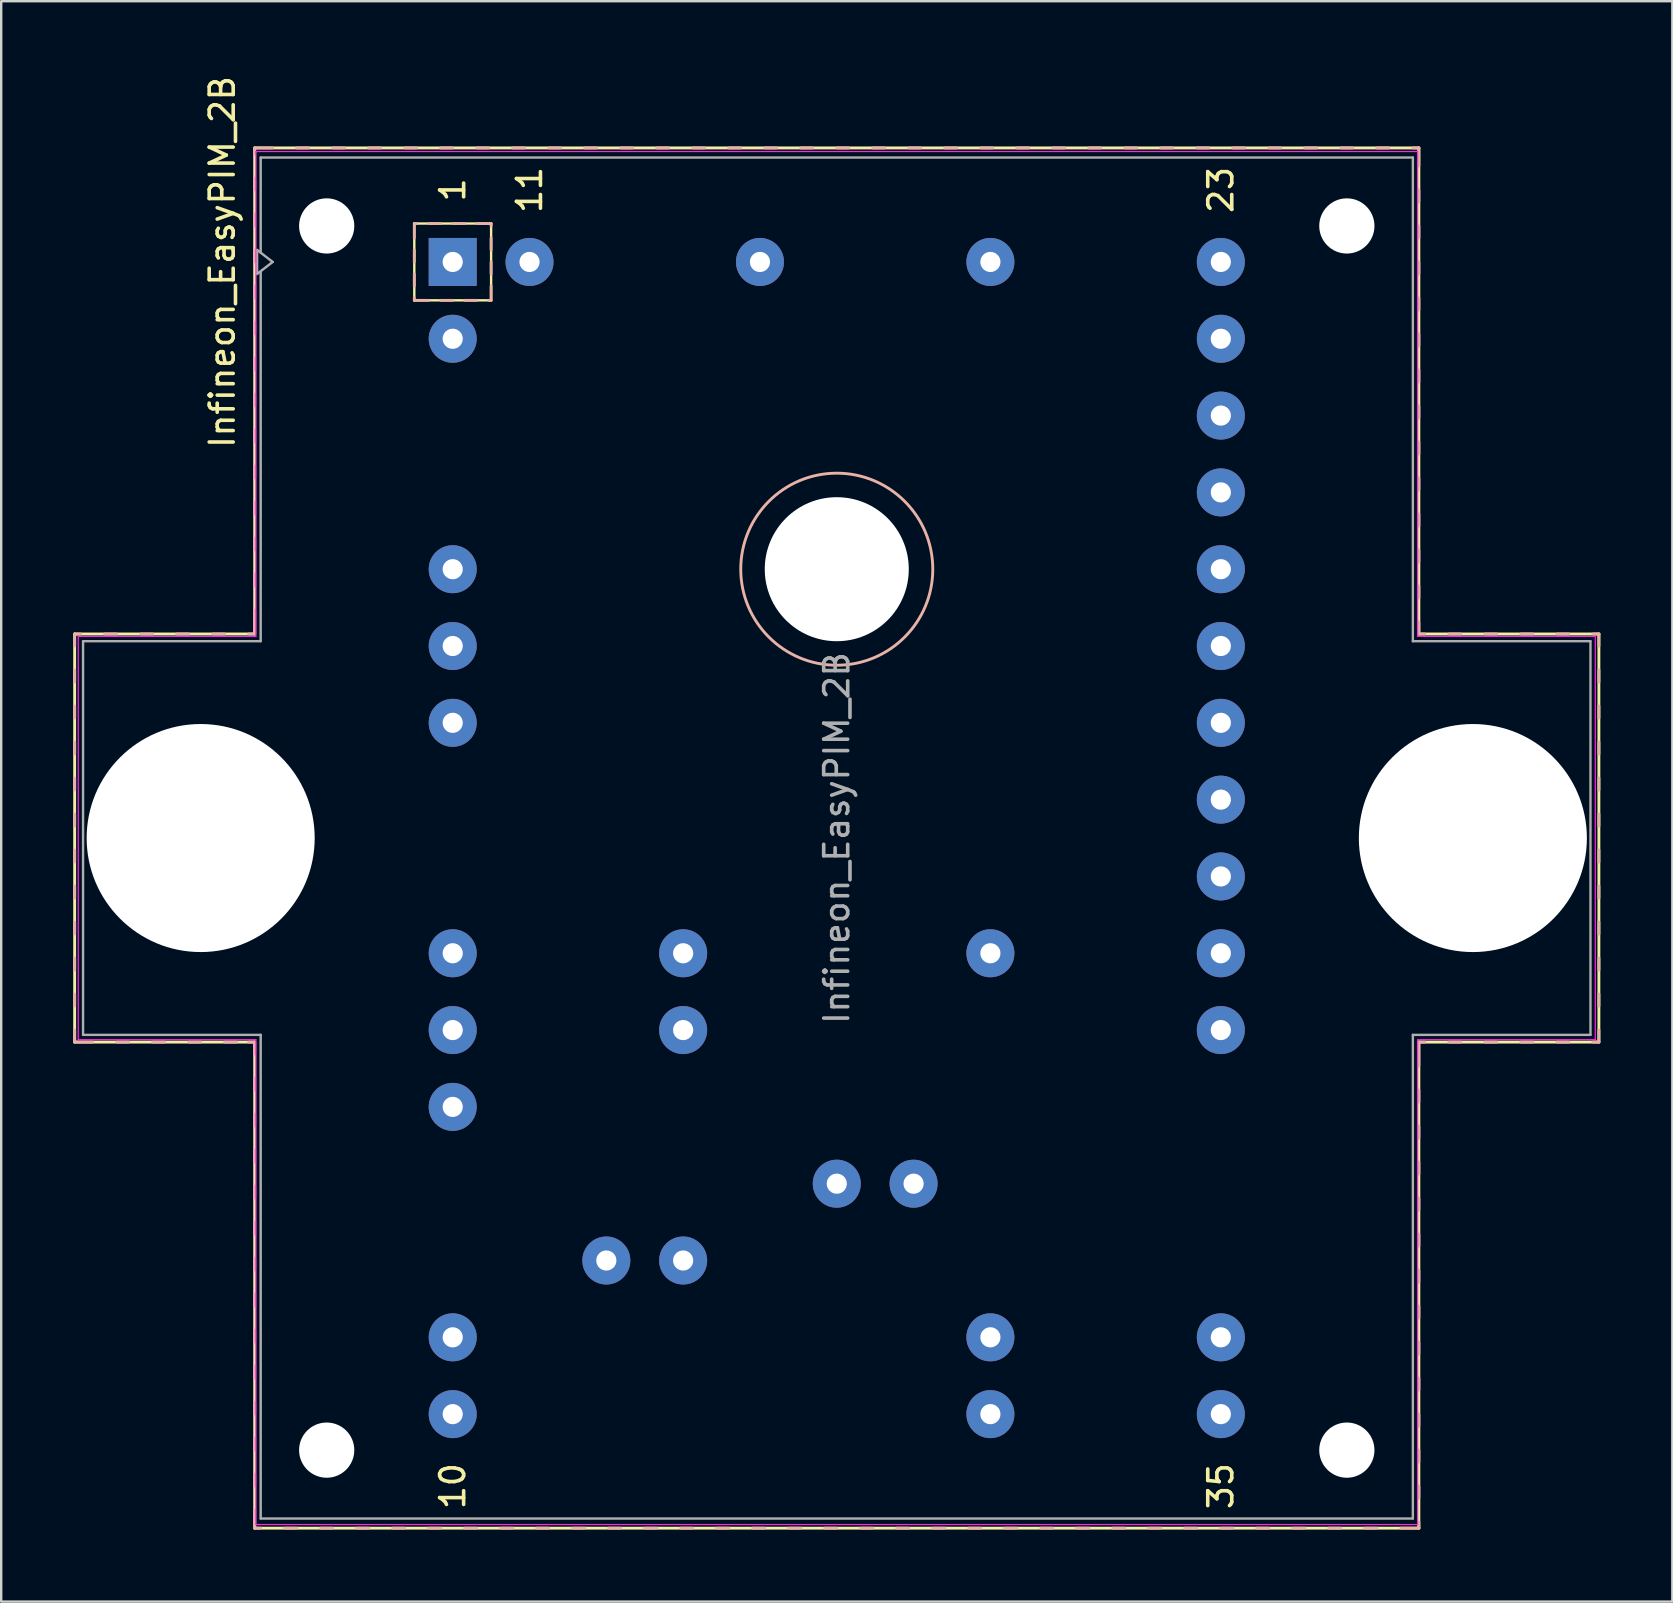
<source format=kicad_pcb>
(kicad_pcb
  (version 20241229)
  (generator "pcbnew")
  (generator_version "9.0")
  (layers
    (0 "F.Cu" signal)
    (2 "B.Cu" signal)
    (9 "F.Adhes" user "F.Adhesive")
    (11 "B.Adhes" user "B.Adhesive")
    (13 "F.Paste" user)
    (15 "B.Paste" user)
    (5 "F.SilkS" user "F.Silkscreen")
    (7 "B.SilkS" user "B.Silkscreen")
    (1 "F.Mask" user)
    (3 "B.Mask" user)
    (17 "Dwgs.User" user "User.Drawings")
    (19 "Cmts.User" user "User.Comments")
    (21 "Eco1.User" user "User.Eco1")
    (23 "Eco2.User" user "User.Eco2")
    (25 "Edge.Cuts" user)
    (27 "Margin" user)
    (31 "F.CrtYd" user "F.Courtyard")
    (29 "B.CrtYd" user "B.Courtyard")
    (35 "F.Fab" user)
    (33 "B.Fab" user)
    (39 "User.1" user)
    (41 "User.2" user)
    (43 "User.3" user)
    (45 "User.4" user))
  (footprint "Infineon_EasyPIM_2B"
    (layer "F.Cu")
    (at 15.81 7.863)
    (property "Reference" "Infineon_EasyPIM_2B" (at -9.6 0 90) (layer "F.SilkS") (effects (font (size 1 1) (thickness 0.15))))
    (attr through_hole)
    (fp_line (start -15.75 15.5) (end -15.75 32.5) (stroke (width 0.12) (type solid)) (layer "F.SilkS"))
    (fp_line (start -15.75 32.5) (end -8.25 32.5) (stroke (width 0.12) (type solid)) (layer "F.SilkS"))
    (fp_line (start -8.25 -4.75) (end -8.25 15.5) (stroke (width 0.12) (type solid)) (layer "F.SilkS"))
    (fp_line (start -8.25 15.5) (end -15.75 15.5) (stroke (width 0.12) (type solid)) (layer "F.SilkS"))
    (fp_line (start -8.25 32.5) (end -8.25 52.75) (stroke (width 0.12) (type solid)) (layer "F.SilkS"))
    (fp_line (start -8.25 52.75) (end 40.25 52.75) (stroke (width 0.12) (type solid)) (layer "F.SilkS"))
    (fp_line (start -1.6 -1.6) (end 1.6 -1.6) (stroke (width 0.1) (type solid)) (layer "F.SilkS"))
    (fp_line (start -1.6 1.6) (end -1.6 -1.6) (stroke (width 0.1) (type solid)) (layer "F.SilkS"))
    (fp_line (start 1.6 -1.6) (end 1.6 1.6) (stroke (width 0.1) (type solid)) (layer "F.SilkS"))
    (fp_line (start 1.6 1.6) (end -1.6 1.6) (stroke (width 0.1) (type solid)) (layer "F.SilkS"))
    (fp_line (start 40.25 -4.75) (end -8.25 -4.75) (stroke (width 0.12) (type solid)) (layer "F.SilkS"))
    (fp_line (start 40.25 15.5) (end 40.25 -4.75) (stroke (width 0.12) (type solid)) (layer "F.SilkS"))
    (fp_line (start 40.25 32.5) (end 47.75 32.5) (stroke (width 0.12) (type solid)) (layer "F.SilkS"))
    (fp_line (start 40.25 52.75) (end 40.25 32.5) (stroke (width 0.12) (type solid)) (layer "F.SilkS"))
    (fp_line (start 47.75 15.5) (end 40.25 15.5) (stroke (width 0.12) (type solid)) (layer "F.SilkS"))
    (fp_line (start 47.75 32.5) (end 47.75 15.5) (stroke (width 0.12) (type solid)) (layer "F.SilkS"))
    (fp_line (start -15.75 15.5) (end -15.75 16) (stroke (width 0.12) (type solid)) (layer "B.SilkS"))
    (fp_line (start -15.75 17) (end -15.75 17.5) (stroke (width 0.12) (type solid)) (layer "B.SilkS"))
    (fp_line (start -15.75 18.5) (end -15.75 19) (stroke (width 0.12) (type solid)) (layer "B.SilkS"))
    (fp_line (start -15.75 20) (end -15.75 20.5) (stroke (width 0.12) (type solid)) (layer "B.SilkS"))
    (fp_line (start -15.75 21.5) (end -15.75 22) (stroke (width 0.12) (type solid)) (layer "B.SilkS"))
    (fp_line (start -15.75 23) (end -15.75 23.5) (stroke (width 0.12) (type solid)) (layer "B.SilkS"))
    (fp_line (start -15.75 24.5) (end -15.75 25) (stroke (width 0.12) (type solid)) (layer "B.SilkS"))
    (fp_line (start -15.75 26) (end -15.75 26.5) (stroke (width 0.12) (type solid)) (layer "B.SilkS"))
    (fp_line (start -15.75 27.5) (end -15.75 28) (stroke (width 0.12) (type solid)) (layer "B.SilkS"))
    (fp_line (start -15.75 29) (end -15.75 29.5) (stroke (width 0.12) (type solid)) (layer "B.SilkS"))
    (fp_line (start -15.75 30.5) (end -15.75 31) (stroke (width 0.12) (type solid)) (layer "B.SilkS"))
    (fp_line (start -15.75 32) (end -15.75 32.5) (stroke (width 0.12) (type solid)) (layer "B.SilkS"))
    (fp_line (start -15.75 32.5) (end -15 32.5) (stroke (width 0.12) (type solid)) (layer "B.SilkS"))
    (fp_line (start -15.5 15.5) (end -15.75 15.5) (stroke (width 0.12) (type solid)) (layer "B.SilkS"))
    (fp_line (start -14 15.5) (end -14.5 15.5) (stroke (width 0.12) (type solid)) (layer "B.SilkS"))
    (fp_line (start -14 32.5) (end -13.5 32.5) (stroke (width 0.12) (type solid)) (layer "B.SilkS"))
    (fp_line (start -12.5 15.5) (end -13 15.5) (stroke (width 0.12) (type solid)) (layer "B.SilkS"))
    (fp_line (start -12.5 32.5) (end -12 32.5) (stroke (width 0.12) (type solid)) (layer "B.SilkS"))
    (fp_line (start -11 15.5) (end -11.5 15.5) (stroke (width 0.12) (type solid)) (layer "B.SilkS"))
    (fp_line (start -11 32.5) (end -10.5 32.5) (stroke (width 0.12) (type solid)) (layer "B.SilkS"))
    (fp_line (start -9.5 15.5) (end -10 15.5) (stroke (width 0.12) (type solid)) (layer "B.SilkS"))
    (fp_line (start -9.5 32.5) (end -9 32.5) (stroke (width 0.12) (type solid)) (layer "B.SilkS"))
    (fp_line (start -8.5 32.5) (end -8.25 32.5) (stroke (width 0.12) (type solid)) (layer "B.SilkS"))
    (fp_line (start -8.25 -4.75) (end -8.25 -4.5) (stroke (width 0.12) (type solid)) (layer "B.SilkS"))
    (fp_line (start -8.25 -3.5) (end -8.25 -3) (stroke (width 0.12) (type solid)) (layer "B.SilkS"))
    (fp_line (start -8.25 -2) (end -8.25 -1.5) (stroke (width 0.12) (type solid)) (layer "B.SilkS"))
    (fp_line (start -8.25 -0.5) (end -8.25 0) (stroke (width 0.12) (type solid)) (layer "B.SilkS"))
    (fp_line (start -8.25 1) (end -8.25 1.5) (stroke (width 0.12) (type solid)) (layer "B.SilkS"))
    (fp_line (start -8.25 2.5) (end -8.25 3) (stroke (width 0.12) (type solid)) (layer "B.SilkS"))
    (fp_line (start -8.25 4) (end -8.25 4.5) (stroke (width 0.12) (type solid)) (layer "B.SilkS"))
    (fp_line (start -8.25 5.5) (end -8.25 6) (stroke (width 0.12) (type solid)) (layer "B.SilkS"))
    (fp_line (start -8.25 7) (end -8.25 7.5) (stroke (width 0.12) (type solid)) (layer "B.SilkS"))
    (fp_line (start -8.25 8.5) (end -8.25 9) (stroke (width 0.12) (type solid)) (layer "B.SilkS"))
    (fp_line (start -8.25 10) (end -8.25 10.5) (stroke (width 0.12) (type solid)) (layer "B.SilkS"))
    (fp_line (start -8.25 11.5) (end -8.25 12) (stroke (width 0.12) (type solid)) (layer "B.SilkS"))
    (fp_line (start -8.25 13) (end -8.25 13.5) (stroke (width 0.12) (type solid)) (layer "B.SilkS"))
    (fp_line (start -8.25 14.5) (end -8.25 15.5) (stroke (width 0.12) (type solid)) (layer "B.SilkS"))
    (fp_line (start -8.25 15.5) (end -8.5 15.5) (stroke (width 0.12) (type solid)) (layer "B.SilkS"))
    (fp_line (start -8.25 32.5) (end -8.25 33) (stroke (width 0.12) (type solid)) (layer "B.SilkS"))
    (fp_line (start -8.25 34) (end -8.25 34.5) (stroke (width 0.12) (type solid)) (layer "B.SilkS"))
    (fp_line (start -8.25 35.5) (end -8.25 36) (stroke (width 0.12) (type solid)) (layer "B.SilkS"))
    (fp_line (start -8.25 37) (end -8.25 37.5) (stroke (width 0.12) (type solid)) (layer "B.SilkS"))
    (fp_line (start -8.25 38.5) (end -8.25 39) (stroke (width 0.12) (type solid)) (layer "B.SilkS"))
    (fp_line (start -8.25 40) (end -8.25 40.5) (stroke (width 0.12) (type solid)) (layer "B.SilkS"))
    (fp_line (start -8.25 41.5) (end -8.25 42) (stroke (width 0.12) (type solid)) (layer "B.SilkS"))
    (fp_line (start -8.25 43) (end -8.25 43.5) (stroke (width 0.12) (type solid)) (layer "B.SilkS"))
    (fp_line (start -8.25 44.5) (end -8.25 45) (stroke (width 0.12) (type solid)) (layer "B.SilkS"))
    (fp_line (start -8.25 46) (end -8.25 46.5) (stroke (width 0.12) (type solid)) (layer "B.SilkS"))
    (fp_line (start -8.25 47.5) (end -8.25 48) (stroke (width 0.12) (type solid)) (layer "B.SilkS"))
    (fp_line (start -8.25 49) (end -8.25 49.5) (stroke (width 0.12) (type solid)) (layer "B.SilkS"))
    (fp_line (start -8.25 50.5) (end -8.25 51) (stroke (width 0.12) (type solid)) (layer "B.SilkS"))
    (fp_line (start -8.25 52) (end -8.25 52.75) (stroke (width 0.12) (type solid)) (layer "B.SilkS"))
    (fp_line (start -8.25 52.75) (end -8 52.75) (stroke (width 0.12) (type solid)) (layer "B.SilkS"))
    (fp_line (start -7.5 -4.75) (end -8.25 -4.75) (stroke (width 0.12) (type solid)) (layer "B.SilkS"))
    (fp_line (start -7 52.75) (end -6.5 52.75) (stroke (width 0.12) (type solid)) (layer "B.SilkS"))
    (fp_line (start -6 -4.75) (end -6.5 -4.75) (stroke (width 0.12) (type solid)) (layer "B.SilkS"))
    (fp_line (start -5.5 52.75) (end -5 52.75) (stroke (width 0.12) (type solid)) (layer "B.SilkS"))
    (fp_line (start -4.5 -4.75) (end -5 -4.75) (stroke (width 0.12) (type solid)) (layer "B.SilkS"))
    (fp_line (start -4 52.75) (end -3.5 52.75) (stroke (width 0.12) (type solid)) (layer "B.SilkS"))
    (fp_line (start -3 -4.75) (end -3.5 -4.75) (stroke (width 0.12) (type solid)) (layer "B.SilkS"))
    (fp_line (start -2.5 52.75) (end -2 52.75) (stroke (width 0.12) (type solid)) (layer "B.SilkS"))
    (fp_line (start -1.6 -1.6) (end -1.6 -1) (stroke (width 0.12) (type solid)) (layer "B.SilkS"))
    (fp_line (start -1.6 -0.5) (end -1.6 0) (stroke (width 0.12) (type solid)) (layer "B.SilkS"))
    (fp_line (start -1.6 0.5) (end -1.6 1) (stroke (width 0.12) (type solid)) (layer "B.SilkS"))
    (fp_line (start -1.6 1.5) (end -1.6 1.6) (stroke (width 0.12) (type solid)) (layer "B.SilkS"))
    (fp_line (start -1.6 1.6) (end -1 1.6) (stroke (width 0.12) (type solid)) (layer "B.SilkS"))
    (fp_line (start -1.5 -4.75) (end -2 -4.75) (stroke (width 0.12) (type solid)) (layer "B.SilkS"))
    (fp_line (start -1.5 -1.6) (end -1.6 -1.6) (stroke (width 0.12) (type solid)) (layer "B.SilkS"))
    (fp_line (start -1 52.75) (end -0.5 52.75) (stroke (width 0.12) (type solid)) (layer "B.SilkS"))
    (fp_line (start -0.5 -1.6) (end -1 -1.6) (stroke (width 0.12) (type solid)) (layer "B.SilkS"))
    (fp_line (start -0.5 1.6) (end 0 1.6) (stroke (width 0.12) (type solid)) (layer "B.SilkS"))
    (fp_line (start 0 -4.75) (end -0.5 -4.75) (stroke (width 0.12) (type solid)) (layer "B.SilkS"))
    (fp_line (start 0.5 -1.6) (end 0 -1.6) (stroke (width 0.12) (type solid)) (layer "B.SilkS"))
    (fp_line (start 0.5 1.6) (end 1 1.6) (stroke (width 0.12) (type solid)) (layer "B.SilkS"))
    (fp_line (start 0.5 52.75) (end 1 52.75) (stroke (width 0.12) (type solid)) (layer "B.SilkS"))
    (fp_line (start 1.5 -4.75) (end 1 -4.75) (stroke (width 0.12) (type solid)) (layer "B.SilkS"))
    (fp_line (start 1.5 1.6) (end 1.6 1.6) (stroke (width 0.12) (type solid)) (layer "B.SilkS"))
    (fp_line (start 1.6 -1.6) (end 1 -1.6) (stroke (width 0.12) (type solid)) (layer "B.SilkS"))
    (fp_line (start 1.6 -1.5) (end 1.6 -1.6) (stroke (width 0.12) (type solid)) (layer "B.SilkS"))
    (fp_line (start 1.6 -0.5) (end 1.6 -1) (stroke (width 0.12) (type solid)) (layer "B.SilkS"))
    (fp_line (start 1.6 0.5) (end 1.6 0) (stroke (width 0.12) (type solid)) (layer "B.SilkS"))
    (fp_line (start 1.6 1.6) (end 1.6 1) (stroke (width 0.12) (type solid)) (layer "B.SilkS"))
    (fp_line (start 2 52.75) (end 2.5 52.75) (stroke (width 0.12) (type solid)) (layer "B.SilkS"))
    (fp_line (start 3 -4.75) (end 2.5 -4.75) (stroke (width 0.12) (type solid)) (layer "B.SilkS"))
    (fp_line (start 3.5 52.75) (end 4 52.75) (stroke (width 0.12) (type solid)) (layer "B.SilkS"))
    (fp_line (start 4.5 -4.75) (end 4 -4.75) (stroke (width 0.12) (type solid)) (layer "B.SilkS"))
    (fp_line (start 5 52.75) (end 5.5 52.75) (stroke (width 0.12) (type solid)) (layer "B.SilkS"))
    (fp_line (start 6 -4.75) (end 5.5 -4.75) (stroke (width 0.12) (type solid)) (layer "B.SilkS"))
    (fp_line (start 6.5 52.75) (end 7 52.75) (stroke (width 0.12) (type solid)) (layer "B.SilkS"))
    (fp_line (start 7.5 -4.75) (end 7 -4.75) (stroke (width 0.12) (type solid)) (layer "B.SilkS"))
    (fp_line (start 8 52.75) (end 8.5 52.75) (stroke (width 0.12) (type solid)) (layer "B.SilkS"))
    (fp_line (start 9 -4.75) (end 8.5 -4.75) (stroke (width 0.12) (type solid)) (layer "B.SilkS"))
    (fp_line (start 9.5 52.75) (end 10 52.75) (stroke (width 0.12) (type solid)) (layer "B.SilkS"))
    (fp_line (start 10.5 -4.75) (end 10 -4.75) (stroke (width 0.12) (type solid)) (layer "B.SilkS"))
    (fp_line (start 11 52.75) (end 11.5 52.75) (stroke (width 0.12) (type solid)) (layer "B.SilkS"))
    (fp_line (start 12 -4.75) (end 11.5 -4.75) (stroke (width 0.12) (type solid)) (layer "B.SilkS"))
    (fp_line (start 12.5 52.75) (end 13 52.75) (stroke (width 0.12) (type solid)) (layer "B.SilkS"))
    (fp_line (start 13.5 -4.75) (end 13 -4.75) (stroke (width 0.12) (type solid)) (layer "B.SilkS"))
    (fp_line (start 14 52.75) (end 14.5 52.75) (stroke (width 0.12) (type solid)) (layer "B.SilkS"))
    (fp_line (start 15 -4.75) (end 14.5 -4.75) (stroke (width 0.12) (type solid)) (layer "B.SilkS"))
    (fp_line (start 15.5 52.75) (end 16 52.75) (stroke (width 0.12) (type solid)) (layer "B.SilkS"))
    (fp_line (start 16.5 -4.75) (end 16 -4.75) (stroke (width 0.12) (type solid)) (layer "B.SilkS"))
    (fp_line (start 17 52.75) (end 17.5 52.75) (stroke (width 0.12) (type solid)) (layer "B.SilkS"))
    (fp_line (start 18 -4.75) (end 17.5 -4.75) (stroke (width 0.12) (type solid)) (layer "B.SilkS"))
    (fp_line (start 18.5 52.75) (end 19 52.75) (stroke (width 0.12) (type solid)) (layer "B.SilkS"))
    (fp_line (start 19.5 -4.75) (end 19 -4.75) (stroke (width 0.12) (type solid)) (layer "B.SilkS"))
    (fp_line (start 20 52.75) (end 20.5 52.75) (stroke (width 0.12) (type solid)) (layer "B.SilkS"))
    (fp_line (start 21 -4.75) (end 20.5 -4.75) (stroke (width 0.12) (type solid)) (layer "B.SilkS"))
    (fp_line (start 21.5 52.75) (end 22 52.75) (stroke (width 0.12) (type solid)) (layer "B.SilkS"))
    (fp_line (start 22.5 -4.75) (end 22 -4.75) (stroke (width 0.12) (type solid)) (layer "B.SilkS"))
    (fp_line (start 23 52.75) (end 23.5 52.75) (stroke (width 0.12) (type solid)) (layer "B.SilkS"))
    (fp_line (start 24 -4.75) (end 23.5 -4.75) (stroke (width 0.12) (type solid)) (layer "B.SilkS"))
    (fp_line (start 24.5 52.75) (end 25 52.75) (stroke (width 0.12) (type solid)) (layer "B.SilkS"))
    (fp_line (start 25.5 -4.75) (end 25 -4.75) (stroke (width 0.12) (type solid)) (layer "B.SilkS"))
    (fp_line (start 26 52.75) (end 26.5 52.75) (stroke (width 0.12) (type solid)) (layer "B.SilkS"))
    (fp_line (start 27 -4.75) (end 26.5 -4.75) (stroke (width 0.12) (type solid)) (layer "B.SilkS"))
    (fp_line (start 27.5 52.75) (end 28 52.75) (stroke (width 0.12) (type solid)) (layer "B.SilkS"))
    (fp_line (start 28.5 -4.75) (end 28 -4.75) (stroke (width 0.12) (type solid)) (layer "B.SilkS"))
    (fp_line (start 29 52.75) (end 29.5 52.75) (stroke (width 0.12) (type solid)) (layer "B.SilkS"))
    (fp_line (start 30 -4.75) (end 29.5 -4.75) (stroke (width 0.12) (type solid)) (layer "B.SilkS"))
    (fp_line (start 30.5 52.75) (end 31 52.75) (stroke (width 0.12) (type solid)) (layer "B.SilkS"))
    (fp_line (start 31.5 -4.75) (end 31 -4.75) (stroke (width 0.12) (type solid)) (layer "B.SilkS"))
    (fp_line (start 32 52.75) (end 32.5 52.75) (stroke (width 0.12) (type solid)) (layer "B.SilkS"))
    (fp_line (start 33 -4.75) (end 32.5 -4.75) (stroke (width 0.12) (type solid)) (layer "B.SilkS"))
    (fp_line (start 33.5 52.75) (end 34 52.75) (stroke (width 0.12) (type solid)) (layer "B.SilkS"))
    (fp_line (start 34.5 -4.75) (end 34 -4.75) (stroke (width 0.12) (type solid)) (layer "B.SilkS"))
    (fp_line (start 35 52.75) (end 35.5 52.75) (stroke (width 0.12) (type solid)) (layer "B.SilkS"))
    (fp_line (start 36 -4.75) (end 35.5 -4.75) (stroke (width 0.12) (type solid)) (layer "B.SilkS"))
    (fp_line (start 36.5 52.75) (end 37 52.75) (stroke (width 0.12) (type solid)) (layer "B.SilkS"))
    (fp_line (start 37.5 -4.75) (end 37 -4.75) (stroke (width 0.12) (type solid)) (layer "B.SilkS"))
    (fp_line (start 38 52.75) (end 38.5 52.75) (stroke (width 0.12) (type solid)) (layer "B.SilkS"))
    (fp_line (start 39 -4.75) (end 38.5 -4.75) (stroke (width 0.12) (type solid)) (layer "B.SilkS"))
    (fp_line (start 39.5 52.75) (end 40.25 52.75) (stroke (width 0.12) (type solid)) (layer "B.SilkS"))
    (fp_line (start 40.25 -4.75) (end 40 -4.75) (stroke (width 0.12) (type solid)) (layer "B.SilkS"))
    (fp_line (start 40.25 -4) (end 40.25 -4.75) (stroke (width 0.12) (type solid)) (layer "B.SilkS"))
    (fp_line (start 40.25 -2.5) (end 40.25 -3) (stroke (width 0.12) (type solid)) (layer "B.SilkS"))
    (fp_line (start 40.25 -1) (end 40.25 -1.5) (stroke (width 0.12) (type solid)) (layer "B.SilkS"))
    (fp_line (start 40.25 0.5) (end 40.25 0) (stroke (width 0.12) (type solid)) (layer "B.SilkS"))
    (fp_line (start 40.25 2) (end 40.25 1.5) (stroke (width 0.12) (type solid)) (layer "B.SilkS"))
    (fp_line (start 40.25 3.5) (end 40.25 3) (stroke (width 0.12) (type solid)) (layer "B.SilkS"))
    (fp_line (start 40.25 5) (end 40.25 4.5) (stroke (width 0.12) (type solid)) (layer "B.SilkS"))
    (fp_line (start 40.25 6.5) (end 40.25 6) (stroke (width 0.12) (type solid)) (layer "B.SilkS"))
    (fp_line (start 40.25 8) (end 40.25 7.5) (stroke (width 0.12) (type solid)) (layer "B.SilkS"))
    (fp_line (start 40.25 9.5) (end 40.25 9) (stroke (width 0.12) (type solid)) (layer "B.SilkS"))
    (fp_line (start 40.25 11) (end 40.25 10.5) (stroke (width 0.12) (type solid)) (layer "B.SilkS"))
    (fp_line (start 40.25 12.5) (end 40.25 12) (stroke (width 0.12) (type solid)) (layer "B.SilkS"))
    (fp_line (start 40.25 14) (end 40.25 13.5) (stroke (width 0.12) (type solid)) (layer "B.SilkS"))
    (fp_line (start 40.25 15.5) (end 40.25 15) (stroke (width 0.12) (type solid)) (layer "B.SilkS"))
    (fp_line (start 40.25 32.5) (end 40.5 32.5) (stroke (width 0.12) (type solid)) (layer "B.SilkS"))
    (fp_line (start 40.25 33.5) (end 40.25 32.5) (stroke (width 0.12) (type solid)) (layer "B.SilkS"))
    (fp_line (start 40.25 35) (end 40.25 34.5) (stroke (width 0.12) (type solid)) (layer "B.SilkS"))
    (fp_line (start 40.25 36.5) (end 40.25 36) (stroke (width 0.12) (type solid)) (layer "B.SilkS"))
    (fp_line (start 40.25 38) (end 40.25 37.5) (stroke (width 0.12) (type solid)) (layer "B.SilkS"))
    (fp_line (start 40.25 39.5) (end 40.25 39) (stroke (width 0.12) (type solid)) (layer "B.SilkS"))
    (fp_line (start 40.25 41) (end 40.25 40.5) (stroke (width 0.12) (type solid)) (layer "B.SilkS"))
    (fp_line (start 40.25 42.5) (end 40.25 42) (stroke (width 0.12) (type solid)) (layer "B.SilkS"))
    (fp_line (start 40.25 44) (end 40.25 43.5) (stroke (width 0.12) (type solid)) (layer "B.SilkS"))
    (fp_line (start 40.25 45.5) (end 40.25 45) (stroke (width 0.12) (type solid)) (layer "B.SilkS"))
    (fp_line (start 40.25 47) (end 40.25 46.5) (stroke (width 0.12) (type solid)) (layer "B.SilkS"))
    (fp_line (start 40.25 48.5) (end 40.25 48) (stroke (width 0.12) (type solid)) (layer "B.SilkS"))
    (fp_line (start 40.25 50) (end 40.25 49.5) (stroke (width 0.12) (type solid)) (layer "B.SilkS"))
    (fp_line (start 40.25 51.5) (end 40.25 51) (stroke (width 0.12) (type solid)) (layer "B.SilkS"))
    (fp_line (start 40.25 52.75) (end 40.25 52.5) (stroke (width 0.12) (type solid)) (layer "B.SilkS"))
    (fp_line (start 40.5 15.5) (end 40.25 15.5) (stroke (width 0.12) (type solid)) (layer "B.SilkS"))
    (fp_line (start 41.5 32.5) (end 42 32.5) (stroke (width 0.12) (type solid)) (layer "B.SilkS"))
    (fp_line (start 42 15.5) (end 41.5 15.5) (stroke (width 0.12) (type solid)) (layer "B.SilkS"))
    (fp_line (start 43 32.5) (end 43.5 32.5) (stroke (width 0.12) (type solid)) (layer "B.SilkS"))
    (fp_line (start 43.5 15.5) (end 43 15.5) (stroke (width 0.12) (type solid)) (layer "B.SilkS"))
    (fp_line (start 44.5 32.5) (end 45 32.5) (stroke (width 0.12) (type solid)) (layer "B.SilkS"))
    (fp_line (start 45 15.5) (end 44.5 15.5) (stroke (width 0.12) (type solid)) (layer "B.SilkS"))
    (fp_line (start 46 32.5) (end 46.5 32.5) (stroke (width 0.12) (type solid)) (layer "B.SilkS"))
    (fp_line (start 46.5 15.5) (end 46 15.5) (stroke (width 0.12) (type solid)) (layer "B.SilkS"))
    (fp_line (start 47.5 32.5) (end 47.75 32.5) (stroke (width 0.12) (type solid)) (layer "B.SilkS"))
    (fp_line (start 47.75 15.5) (end 47.5 15.5) (stroke (width 0.12) (type solid)) (layer "B.SilkS"))
    (fp_line (start 47.75 16) (end 47.75 15.5) (stroke (width 0.12) (type solid)) (layer "B.SilkS"))
    (fp_line (start 47.75 17.5) (end 47.75 17) (stroke (width 0.12) (type solid)) (layer "B.SilkS"))
    (fp_line (start 47.75 19) (end 47.75 18.5) (stroke (width 0.12) (type solid)) (layer "B.SilkS"))
    (fp_line (start 47.75 20.5) (end 47.75 20) (stroke (width 0.12) (type solid)) (layer "B.SilkS"))
    (fp_line (start 47.75 22) (end 47.75 21.5) (stroke (width 0.12) (type solid)) (layer "B.SilkS"))
    (fp_line (start 47.75 23.5) (end 47.75 23) (stroke (width 0.12) (type solid)) (layer "B.SilkS"))
    (fp_line (start 47.75 25) (end 47.75 24.5) (stroke (width 0.12) (type solid)) (layer "B.SilkS"))
    (fp_line (start 47.75 26.5) (end 47.75 26) (stroke (width 0.12) (type solid)) (layer "B.SilkS"))
    (fp_line (start 47.75 28) (end 47.75 27.5) (stroke (width 0.12) (type solid)) (layer "B.SilkS"))
    (fp_line (start 47.75 29.5) (end 47.75 29) (stroke (width 0.12) (type solid)) (layer "B.SilkS"))
    (fp_line (start 47.75 31) (end 47.75 30.5) (stroke (width 0.12) (type solid)) (layer "B.SilkS"))
    (fp_line (start 47.75 32.5) (end 47.75 32) (stroke (width 0.12) (type solid)) (layer "B.SilkS"))
    (fp_circle (center 16 12.8) (end 16 16.8) (stroke (width 0.12) (type solid)) (fill no) (layer "B.SilkS"))
    (fp_line (start -15.6 15.6) (end -15.6 32.4) (stroke (width 0.05) (type solid)) (layer "F.CrtYd"))
    (fp_line (start -15.6 32.4) (end -8.2 32.4) (stroke (width 0.05) (type solid)) (layer "F.CrtYd"))
    (fp_line (start -8.2 -4.6) (end -8.2 15.6) (stroke (width 0.05) (type solid)) (layer "F.CrtYd"))
    (fp_line (start -8.2 15.6) (end -15.6 15.6) (stroke (width 0.05) (type solid)) (layer "F.CrtYd"))
    (fp_line (start -8.2 32.4) (end -8.2 52.6) (stroke (width 0.05) (type solid)) (layer "F.CrtYd"))
    (fp_line (start -8.2 52.6) (end 40.2 52.6) (stroke (width 0.05) (type solid)) (layer "F.CrtYd"))
    (fp_line (start 40.2 -4.6) (end -8.2 -4.6) (stroke (width 0.05) (type solid)) (layer "F.CrtYd"))
    (fp_line (start 40.2 15.6) (end 40.2 -4.6) (stroke (width 0.05) (type solid)) (layer "F.CrtYd"))
    (fp_line (start 40.2 32.4) (end 47.6 32.4) (stroke (width 0.05) (type solid)) (layer "F.CrtYd"))
    (fp_line (start 40.2 52.6) (end 40.2 32.4) (stroke (width 0.05) (type solid)) (layer "F.CrtYd"))
    (fp_line (start 47.6 15.6) (end 40.2 15.6) (stroke (width 0.05) (type solid)) (layer "F.CrtYd"))
    (fp_line (start 47.6 32.4) (end 47.6 15.6) (stroke (width 0.05) (type solid)) (layer "F.CrtYd"))
    (fp_line (start -15.4 15.8) (end -15.4 32.2) (stroke (width 0.1) (type solid)) (layer "F.Fab"))
    (fp_line (start -15.4 15.8) (end -8 15.8) (stroke (width 0.1) (type solid)) (layer "F.Fab"))
    (fp_line (start -15.4 32.2) (end -8 32.2) (stroke (width 0.1) (type solid)) (layer "F.Fab"))
    (fp_line (start -8.15 -0.5) (end -8.15 0.5) (stroke (width 0.1) (type solid)) (layer "F.Fab"))
    (fp_line (start -8.15 0.5) (end -7.5 0) (stroke (width 0.1) (type solid)) (layer "F.Fab"))
    (fp_line (start -8 -0.4) (end -8 -4.35) (stroke (width 0.1) (type solid)) (layer "F.Fab"))
    (fp_line (start -8 0.4) (end -8 15.8) (stroke (width 0.1) (type solid)) (layer "F.Fab"))
    (fp_line (start -8 32.2) (end -8 52.35) (stroke (width 0.1) (type solid)) (layer "F.Fab"))
    (fp_line (start -8 52.35) (end 40 52.35) (stroke (width 0.1) (type solid)) (layer "F.Fab"))
    (fp_line (start -7.5 0) (end -8.15 -0.5) (stroke (width 0.1) (type solid)) (layer "F.Fab"))
    (fp_line (start 40 -4.35) (end -8 -4.35) (stroke (width 0.1) (type solid)) (layer "F.Fab"))
    (fp_line (start 40 15.8) (end 40 -4.35) (stroke (width 0.1) (type solid)) (layer "F.Fab"))
    (fp_line (start 40 52.35) (end 40 32.2) (stroke (width 0.1) (type solid)) (layer "F.Fab"))
    (fp_line (start 47.4 15.8) (end 40 15.8) (stroke (width 0.1) (type solid)) (layer "F.Fab"))
    (fp_line (start 47.4 15.8) (end 47.4 32.2) (stroke (width 0.1) (type solid)) (layer "F.Fab"))
    (fp_line (start 47.4 32.2) (end 40 32.2) (stroke (width 0.1) (type solid)) (layer "F.Fab"))
    (fp_text user "1" (at 0 -3 90) (layer "F.SilkS") (effects (font (size 1 1) (thickness 0.15))))
    (fp_text user "11" (at 3.2 -3 90) (layer "F.SilkS") (effects (font (size 1 1) (thickness 0.15))))
    (fp_text user "10" (at 0 51 90) (layer "F.SilkS") (effects (font (size 1 1) (thickness 0.15))))
    (fp_text user "35" (at 32 51 90) (layer "F.SilkS") (effects (font (size 1 1) (thickness 0.15))))
    (fp_text user "23" (at 32 -3 90) (layer "F.SilkS") (effects (font (size 1 1) (thickness 0.15))))
    (fp_text user "${REFERENCE}" (at 16 24 90) (layer "F.Fab") (effects (font (size 1 1) (thickness 0.15))))
    (pad "" np_thru_hole circle (at -10.5 24 90) (size 9.5 9.5) (drill 9.5) (layers "*.Cu" "*.Mask"))
    (pad "" np_thru_hole circle (at -5.25 -1.5 90) (size 2.3 2.3) (drill 2.3) (layers "*.Cu" "*.Mask"))
    (pad "" np_thru_hole circle (at -5.25 49.5 90) (size 2.3 2.3) (drill 2.3) (layers "*.Cu" "*.Mask"))
    (pad "" np_thru_hole circle (at 16 12.8 90) (size 6 6) (drill 6) (layers "*.Cu" "*.Mask"))
    (pad "" np_thru_hole circle (at 37.25 -1.5 270) (size 2.3 2.3) (drill 2.3) (layers "*.Cu" "*.Mask"))
    (pad "" np_thru_hole circle (at 37.25 49.5 270) (size 2.3 2.3) (drill 2.3) (layers "*.Cu" "*.Mask"))
    (pad "" np_thru_hole circle (at 42.5 24 270) (size 9.5 9.5) (drill 9.5) (layers "*.Cu" "*.Mask"))
    (pad "1" thru_hole rect (at 0 0 90) (size 2 2) (drill 0.84) (layers "*.Cu" "*.Mask"))
    (pad "2" thru_hole circle (at 0 3.2 90) (size 2 2) (drill 0.84) (layers "*.Cu" "*.Mask"))
    (pad "3" thru_hole circle (at 0 12.8 90) (size 2 2) (drill 0.84) (layers "*.Cu" "*.Mask"))
    (pad "4" thru_hole circle (at 0 16 90) (size 2 2) (drill 0.84) (layers "*.Cu" "*.Mask"))
    (pad "5" thru_hole circle (at 0 19.2 90) (size 2 2) (drill 0.84) (layers "*.Cu" "*.Mask"))
    (pad "6" thru_hole circle (at 0 28.8 90) (size 2 2) (drill 0.84) (layers "*.Cu" "*.Mask"))
    (pad "7" thru_hole circle (at 0 32 90) (size 2 2) (drill 0.84) (layers "*.Cu" "*.Mask"))
    (pad "8" thru_hole circle (at 0 35.2 90) (size 2 2) (drill 0.84) (layers "*.Cu" "*.Mask"))
    (pad "9" thru_hole circle (at 0 44.8 90) (size 2 2) (drill 0.84) (layers "*.Cu" "*.Mask"))
    (pad "10" thru_hole circle (at 0 48 90) (size 2 2) (drill 0.84) (layers "*.Cu" "*.Mask"))
    (pad "11" thru_hole circle (at 3.2 0 90) (size 2 2) (drill 0.84) (layers "*.Cu" "*.Mask"))
    (pad "12" thru_hole circle (at 6.4 41.6 90) (size 2 2) (drill 0.84) (layers "*.Cu" "*.Mask"))
    (pad "13" thru_hole circle (at 9.6 28.8 90) (size 2 2) (drill 0.84) (layers "*.Cu" "*.Mask"))
    (pad "14" thru_hole circle (at 9.6 32 90) (size 2 2) (drill 0.84) (layers "*.Cu" "*.Mask"))
    (pad "15" thru_hole circle (at 9.6 41.6 90) (size 2 2) (drill 0.84) (layers "*.Cu" "*.Mask"))
    (pad "16" thru_hole circle (at 12.8 0 90) (size 2 2) (drill 0.84) (layers "*.Cu" "*.Mask"))
    (pad "17" thru_hole circle (at 16 38.4 90) (size 2 2) (drill 0.84) (layers "*.Cu" "*.Mask"))
    (pad "18" thru_hole circle (at 19.2 38.4 90) (size 2 2) (drill 0.84) (layers "*.Cu" "*.Mask"))
    (pad "19" thru_hole circle (at 22.4 0 90) (size 2 2) (drill 0.84) (layers "*.Cu" "*.Mask"))
    (pad "20" thru_hole circle (at 22.4 28.8 90) (size 2 2) (drill 0.84) (layers "*.Cu" "*.Mask"))
    (pad "21" thru_hole circle (at 22.4 44.8 90) (size 2 2) (drill 0.84) (layers "*.Cu" "*.Mask"))
    (pad "22" thru_hole circle (at 22.4 48 90) (size 2 2) (drill 0.84) (layers "*.Cu" "*.Mask"))
    (pad "23" thru_hole circle (at 32 0 90) (size 2 2) (drill 0.84) (layers "*.Cu" "*.Mask"))
    (pad "24" thru_hole circle (at 32 3.2 90) (size 2 2) (drill 0.84) (layers "*.Cu" "*.Mask"))
    (pad "25" thru_hole circle (at 32 6.4 90) (size 2 2) (drill 0.84) (layers "*.Cu" "*.Mask"))
    (pad "26" thru_hole circle (at 32 9.6 90) (size 2 2) (drill 0.84) (layers "*.Cu" "*.Mask"))
    (pad "27" thru_hole circle (at 32 12.8 90) (size 2 2) (drill 0.84) (layers "*.Cu" "*.Mask"))
    (pad "28" thru_hole circle (at 32 16) (size 2 2) (drill 0.84) (layers "*.Cu" "*.Mask"))
    (pad "29" thru_hole circle (at 32 19.2) (size 2 2) (drill 0.84) (layers "*.Cu" "*.Mask"))
    (pad "30" thru_hole circle (at 32 22.4) (size 2 2) (drill 0.84) (layers "*.Cu" "*.Mask"))
    (pad "31" thru_hole circle (at 32 25.6) (size 2 2) (drill 0.84) (layers "*.Cu" "*.Mask"))
    (pad "32" thru_hole circle (at 32 28.8) (size 2 2) (drill 0.84) (layers "*.Cu" "*.Mask"))
    (pad "33" thru_hole circle (at 32 32) (size 2 2) (drill 0.84) (layers "*.Cu" "*.Mask"))
    (pad "34" thru_hole circle (at 32 44.8) (size 2 2) (drill 0.84) (layers "*.Cu" "*.Mask"))
    (pad "35" thru_hole circle (at 32 48) (size 2 2) (drill 0.84) (layers "*.Cu" "*.Mask")))
  (gr_rect
    (start -3 -3)
    (end 66.62 63.673)
    (stroke (width 0.1) (type default))
    (fill no)
    (layer "Edge.Cuts")))
</source>
